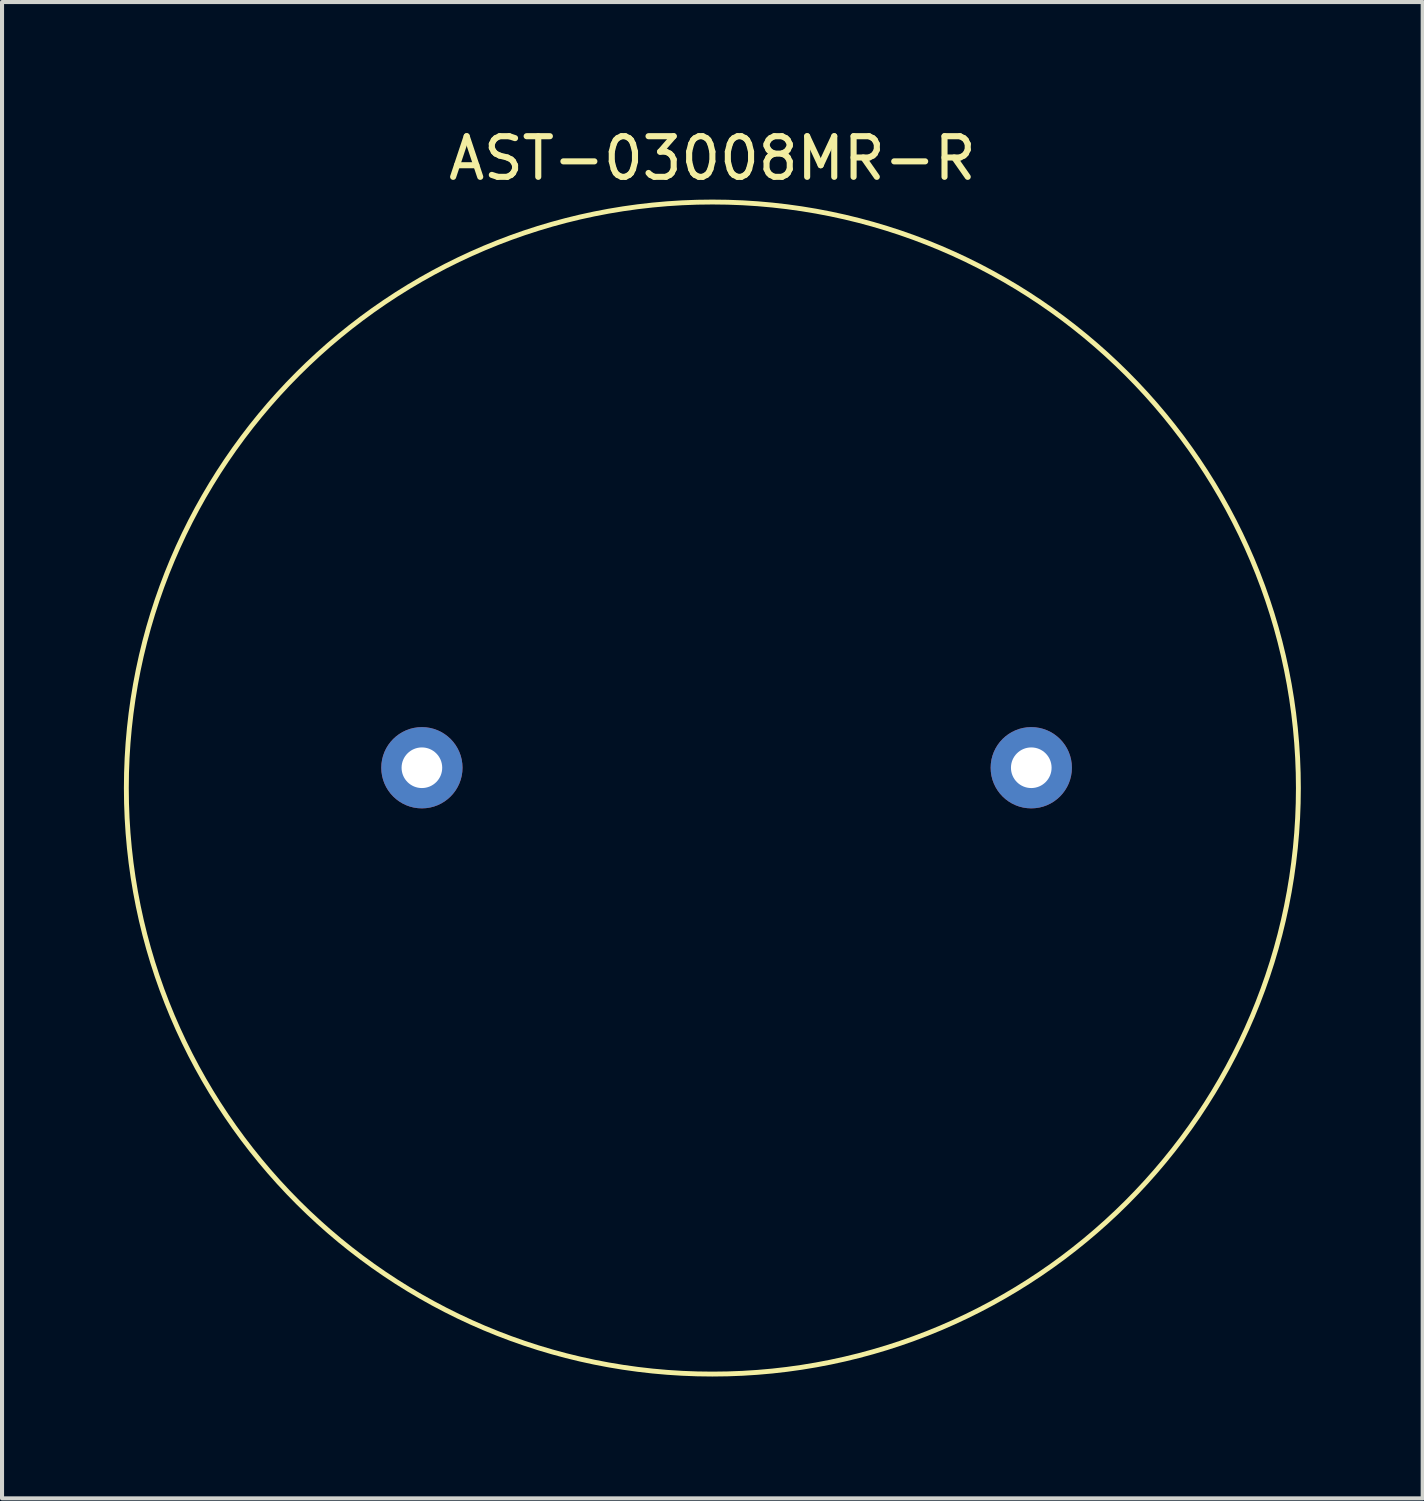
<source format=kicad_pcb>
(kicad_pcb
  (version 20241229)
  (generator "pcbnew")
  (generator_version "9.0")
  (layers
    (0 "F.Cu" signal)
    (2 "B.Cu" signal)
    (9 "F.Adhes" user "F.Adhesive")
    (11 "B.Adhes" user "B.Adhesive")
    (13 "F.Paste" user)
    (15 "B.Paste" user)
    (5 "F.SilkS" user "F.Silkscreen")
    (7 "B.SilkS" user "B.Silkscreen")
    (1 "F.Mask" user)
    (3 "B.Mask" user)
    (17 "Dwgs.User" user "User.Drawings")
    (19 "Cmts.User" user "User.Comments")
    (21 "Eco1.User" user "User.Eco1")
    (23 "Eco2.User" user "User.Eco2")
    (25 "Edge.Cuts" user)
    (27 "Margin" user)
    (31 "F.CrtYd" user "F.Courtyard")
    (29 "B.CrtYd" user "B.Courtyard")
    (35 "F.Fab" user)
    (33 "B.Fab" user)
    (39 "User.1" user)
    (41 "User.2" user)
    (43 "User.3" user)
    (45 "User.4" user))
  (footprint "AST-03008MR-R"
    (layer "F.Cu")
    (at 14.485 15.848)
    (property "Reference" "AST-03008MR-R" (at 0 -15 0) (layer "F.SilkS") (effects (font (size 1 1) (thickness 0.15))))
    (attr through_hole)
    (fp_circle (center 0 0.5) (end 0 14.925) (stroke (width 0.12) (type solid)) (fill no) (layer "F.SilkS"))
    (pad "1" thru_hole circle (at -7.15 0) (size 2 2) (drill 1) (layers "*.Cu" "*.Mask"))
    (pad "2" thru_hole circle (at 7.85 0) (size 2 2) (drill 1) (layers "*.Cu" "*.Mask")))
  (gr_rect
    (start -3 -3)
    (end 31.97 33.833)
    (stroke (width 0.1) (type default))
    (fill no)
    (layer "Edge.Cuts")))
</source>
